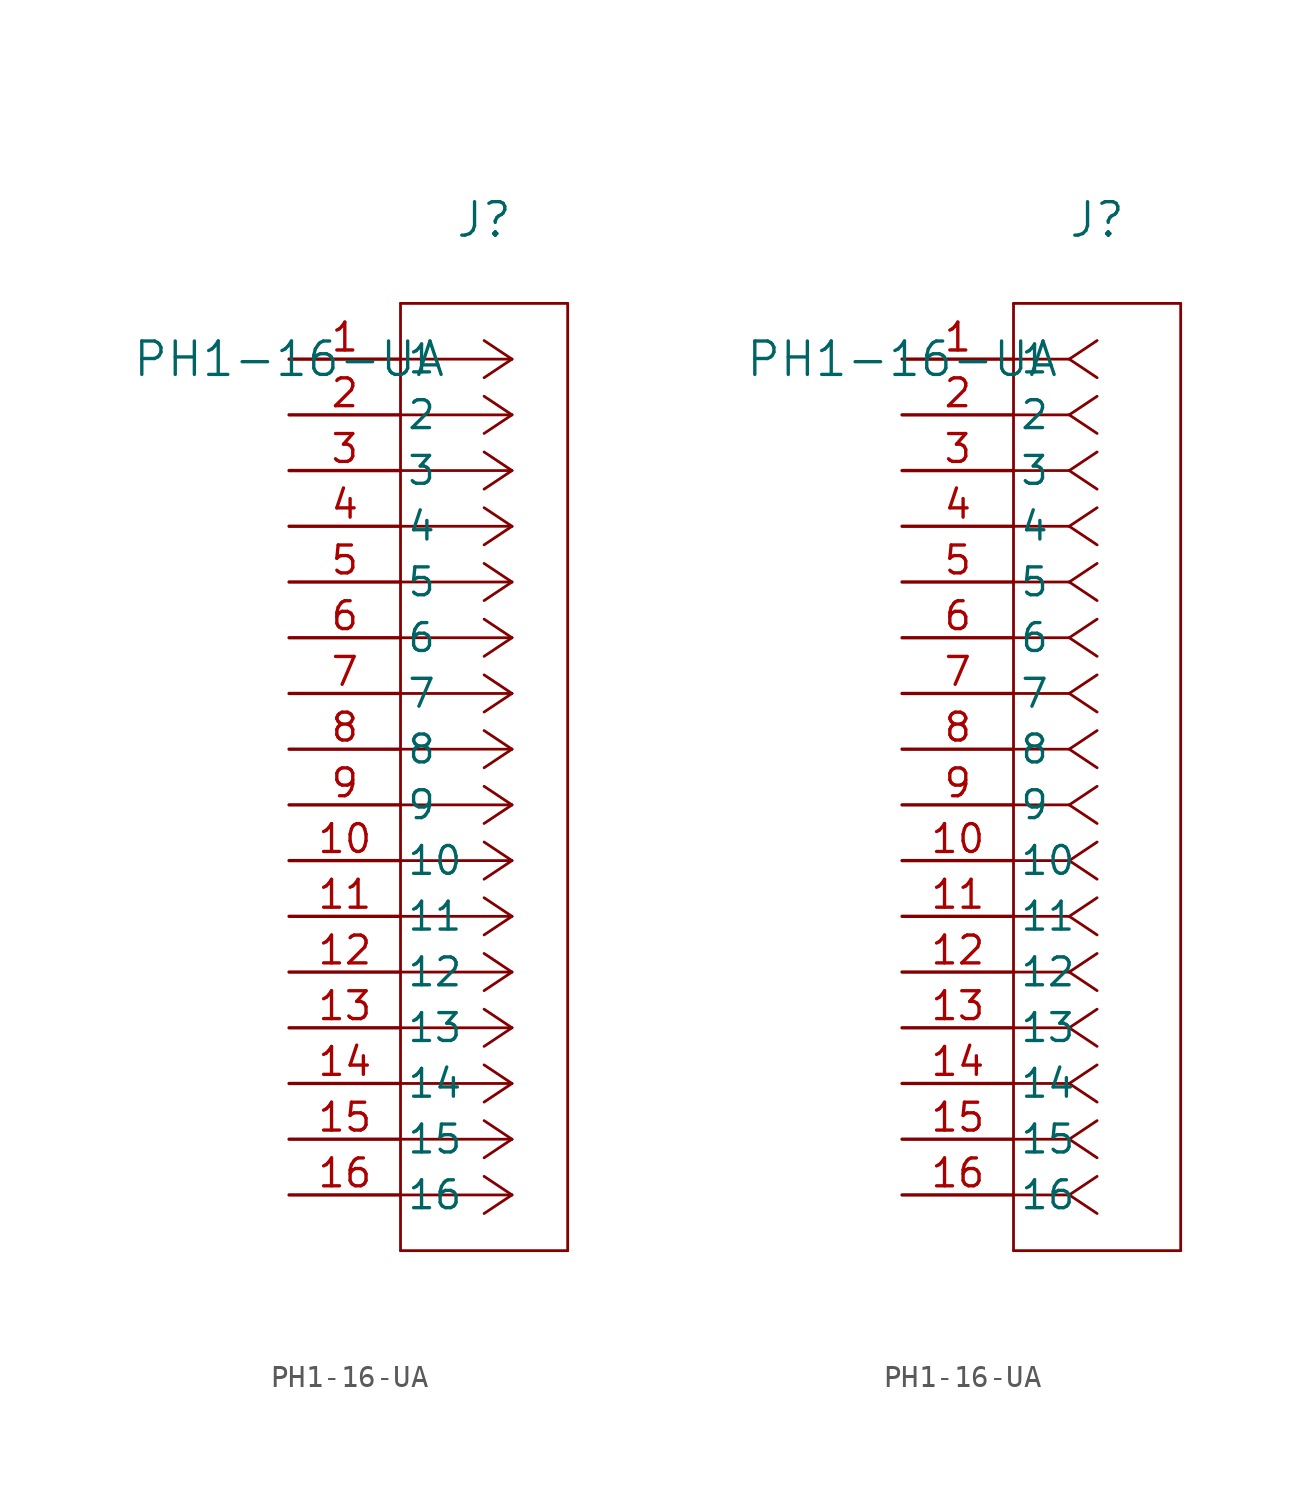
<source format=kicad_sym>
(kicad_symbol_lib
  (version 20211014)
  (generator kicad_symbol_editor)
  (symbol "PH1-16-UA"
    (pin_names
      (offset 0.254))
    (property "Reference" "J"
      (at 8.89 6.35 0)
      (effects (font (size 1.524 1.524))))
    (property "Value" "PH1-16-UA"
      (at 0 0 0)
      (effects (font (size 1.524 1.524))))
    (symbol "PH1-16-UA_1_1"
      (polyline (pts (xy 10.16 0) (xy 5.08 0)) (stroke (width 0.127) (type default) (color 0 0 0 0)) (fill (type none)))
      (polyline (pts (xy 10.16 -2.54) (xy 5.08 -2.54)) (stroke (width 0.127) (type default) (color 0 0 0 0)) (fill (type none)))
      (polyline (pts (xy 10.16 -5.08) (xy 5.08 -5.08)) (stroke (width 0.127) (type default) (color 0 0 0 0)) (fill (type none)))
      (polyline (pts (xy 10.16 -7.62) (xy 5.08 -7.62)) (stroke (width 0.127) (type default) (color 0 0 0 0)) (fill (type none)))
      (polyline (pts (xy 10.16 -10.16) (xy 5.08 -10.16)) (stroke (width 0.127) (type default) (color 0 0 0 0)) (fill (type none)))
      (polyline (pts (xy 10.16 -12.7) (xy 5.08 -12.7)) (stroke (width 0.127) (type default) (color 0 0 0 0)) (fill (type none)))
      (polyline (pts (xy 10.16 -15.24) (xy 5.08 -15.24)) (stroke (width 0.127) (type default) (color 0 0 0 0)) (fill (type none)))
      (polyline (pts (xy 10.16 -17.78) (xy 5.08 -17.78)) (stroke (width 0.127) (type default) (color 0 0 0 0)) (fill (type none)))
      (polyline (pts (xy 10.16 -20.32) (xy 5.08 -20.32)) (stroke (width 0.127) (type default) (color 0 0 0 0)) (fill (type none)))
      (polyline (pts (xy 10.16 -22.86) (xy 5.08 -22.86)) (stroke (width 0.127) (type default) (color 0 0 0 0)) (fill (type none)))
      (polyline (pts (xy 10.16 -25.4) (xy 5.08 -25.4)) (stroke (width 0.127) (type default) (color 0 0 0 0)) (fill (type none)))
      (polyline (pts (xy 10.16 -27.94) (xy 5.08 -27.94)) (stroke (width 0.127) (type default) (color 0 0 0 0)) (fill (type none)))
      (polyline (pts (xy 10.16 -30.48) (xy 5.08 -30.48)) (stroke (width 0.127) (type default) (color 0 0 0 0)) (fill (type none)))
      (polyline (pts (xy 10.16 -33.02) (xy 5.08 -33.02)) (stroke (width 0.127) (type default) (color 0 0 0 0)) (fill (type none)))
      (polyline (pts (xy 10.16 -35.56) (xy 5.08 -35.56)) (stroke (width 0.127) (type default) (color 0 0 0 0)) (fill (type none)))
      (polyline (pts (xy 10.16 -38.1) (xy 5.08 -38.1)) (stroke (width 0.127) (type default) (color 0 0 0 0)) (fill (type none)))
      (polyline (pts (xy 10.16 0) (xy 8.89 0.847)) (stroke (width 0.127) (type default) (color 0 0 0 0)) (fill (type none)))
      (polyline (pts (xy 10.16 -2.54) (xy 8.89 -1.693)) (stroke (width 0.127) (type default) (color 0 0 0 0)) (fill (type none)))
      (polyline (pts (xy 10.16 -5.08) (xy 8.89 -4.233)) (stroke (width 0.127) (type default) (color 0 0 0 0)) (fill (type none)))
      (polyline (pts (xy 10.16 -7.62) (xy 8.89 -6.773)) (stroke (width 0.127) (type default) (color 0 0 0 0)) (fill (type none)))
      (polyline (pts (xy 10.16 -10.16) (xy 8.89 -9.313)) (stroke (width 0.127) (type default) (color 0 0 0 0)) (fill (type none)))
      (polyline (pts (xy 10.16 -12.7) (xy 8.89 -11.853)) (stroke (width 0.127) (type default) (color 0 0 0 0)) (fill (type none)))
      (polyline (pts (xy 10.16 -15.24) (xy 8.89 -14.393)) (stroke (width 0.127) (type default) (color 0 0 0 0)) (fill (type none)))
      (polyline (pts (xy 10.16 -17.78) (xy 8.89 -16.933)) (stroke (width 0.127) (type default) (color 0 0 0 0)) (fill (type none)))
      (polyline (pts (xy 10.16 -20.32) (xy 8.89 -19.473)) (stroke (width 0.127) (type default) (color 0 0 0 0)) (fill (type none)))
      (polyline (pts (xy 10.16 -22.86) (xy 8.89 -22.013)) (stroke (width 0.127) (type default) (color 0 0 0 0)) (fill (type none)))
      (polyline (pts (xy 10.16 -25.4) (xy 8.89 -24.553)) (stroke (width 0.127) (type default) (color 0 0 0 0)) (fill (type none)))
      (polyline (pts (xy 10.16 -27.94) (xy 8.89 -27.093)) (stroke (width 0.127) (type default) (color 0 0 0 0)) (fill (type none)))
      (polyline (pts (xy 10.16 -30.48) (xy 8.89 -29.633)) (stroke (width 0.127) (type default) (color 0 0 0 0)) (fill (type none)))
      (polyline (pts (xy 10.16 -33.02) (xy 8.89 -32.173)) (stroke (width 0.127) (type default) (color 0 0 0 0)) (fill (type none)))
      (polyline (pts (xy 10.16 -35.56) (xy 8.89 -34.713)) (stroke (width 0.127) (type default) (color 0 0 0 0)) (fill (type none)))
      (polyline (pts (xy 10.16 -38.1) (xy 8.89 -37.253)) (stroke (width 0.127) (type default) (color 0 0 0 0)) (fill (type none)))
      (polyline (pts (xy 10.16 0) (xy 8.89 -0.847)) (stroke (width 0.127) (type default) (color 0 0 0 0)) (fill (type none)))
      (polyline (pts (xy 10.16 -2.54) (xy 8.89 -3.387)) (stroke (width 0.127) (type default) (color 0 0 0 0)) (fill (type none)))
      (polyline (pts (xy 10.16 -5.08) (xy 8.89 -5.927)) (stroke (width 0.127) (type default) (color 0 0 0 0)) (fill (type none)))
      (polyline (pts (xy 10.16 -7.62) (xy 8.89 -8.467)) (stroke (width 0.127) (type default) (color 0 0 0 0)) (fill (type none)))
      (polyline (pts (xy 10.16 -10.16) (xy 8.89 -11.007)) (stroke (width 0.127) (type default) (color 0 0 0 0)) (fill (type none)))
      (polyline (pts (xy 10.16 -12.7) (xy 8.89 -13.547)) (stroke (width 0.127) (type default) (color 0 0 0 0)) (fill (type none)))
      (polyline (pts (xy 10.16 -15.24) (xy 8.89 -16.087)) (stroke (width 0.127) (type default) (color 0 0 0 0)) (fill (type none)))
      (polyline (pts (xy 10.16 -17.78) (xy 8.89 -18.627)) (stroke (width 0.127) (type default) (color 0 0 0 0)) (fill (type none)))
      (polyline (pts (xy 10.16 -20.32) (xy 8.89 -21.167)) (stroke (width 0.127) (type default) (color 0 0 0 0)) (fill (type none)))
      (polyline (pts (xy 10.16 -22.86) (xy 8.89 -23.707)) (stroke (width 0.127) (type default) (color 0 0 0 0)) (fill (type none)))
      (polyline (pts (xy 10.16 -25.4) (xy 8.89 -26.247)) (stroke (width 0.127) (type default) (color 0 0 0 0)) (fill (type none)))
      (polyline (pts (xy 10.16 -27.94) (xy 8.89 -28.787)) (stroke (width 0.127) (type default) (color 0 0 0 0)) (fill (type none)))
      (polyline (pts (xy 10.16 -30.48) (xy 8.89 -31.327)) (stroke (width 0.127) (type default) (color 0 0 0 0)) (fill (type none)))
      (polyline (pts (xy 10.16 -33.02) (xy 8.89 -33.867)) (stroke (width 0.127) (type default) (color 0 0 0 0)) (fill (type none)))
      (polyline (pts (xy 10.16 -35.56) (xy 8.89 -36.407)) (stroke (width 0.127) (type default) (color 0 0 0 0)) (fill (type none)))
      (polyline (pts (xy 10.16 -38.1) (xy 8.89 -38.947)) (stroke (width 0.127) (type default) (color 0 0 0 0)) (fill (type none)))
      (polyline (pts (xy 5.08 2.54) (xy 5.08 -40.64)) (stroke (width 0.127) (type default) (color 0 0 0 0)) (fill (type none)))
      (polyline (pts (xy 5.08 -40.64) (xy 12.7 -40.64)) (stroke (width 0.127) (type default) (color 0 0 0 0)) (fill (type none)))
      (polyline (pts (xy 12.7 -40.64) (xy 12.7 2.54)) (stroke (width 0.127) (type default) (color 0 0 0 0)) (fill (type none)))
      (polyline (pts (xy 12.7 2.54) (xy 5.08 2.54)) (stroke (width 0.127) (type default) (color 0 0 0 0)) (fill (type none)))
      (pin unspecified line (at 0 0 0) (length 5.08) (name "1" (effects (font (size 1.27 1.27)))) (number "1" (effects (font (size 1.27 1.27)))))
      (pin unspecified line (at 0 -2.54 0) (length 5.08) (name "2" (effects (font (size 1.27 1.27)))) (number "2" (effects (font (size 1.27 1.27)))))
      (pin unspecified line (at 0 -5.08 0) (length 5.08) (name "3" (effects (font (size 1.27 1.27)))) (number "3" (effects (font (size 1.27 1.27)))))
      (pin unspecified line (at 0 -7.62 0) (length 5.08) (name "4" (effects (font (size 1.27 1.27)))) (number "4" (effects (font (size 1.27 1.27)))))
      (pin unspecified line (at 0 -10.16 0) (length 5.08) (name "5" (effects (font (size 1.27 1.27)))) (number "5" (effects (font (size 1.27 1.27)))))
      (pin unspecified line (at 0 -12.7 0) (length 5.08) (name "6" (effects (font (size 1.27 1.27)))) (number "6" (effects (font (size 1.27 1.27)))))
      (pin unspecified line (at 0 -15.24 0) (length 5.08) (name "7" (effects (font (size 1.27 1.27)))) (number "7" (effects (font (size 1.27 1.27)))))
      (pin unspecified line (at 0 -17.78 0) (length 5.08) (name "8" (effects (font (size 1.27 1.27)))) (number "8" (effects (font (size 1.27 1.27)))))
      (pin unspecified line (at 0 -20.32 0) (length 5.08) (name "9" (effects (font (size 1.27 1.27)))) (number "9" (effects (font (size 1.27 1.27)))))
      (pin unspecified line (at 0 -22.86 0) (length 5.08) (name "10" (effects (font (size 1.27 1.27)))) (number "10" (effects (font (size 1.27 1.27)))))
      (pin unspecified line (at 0 -25.4 0) (length 5.08) (name "11" (effects (font (size 1.27 1.27)))) (number "11" (effects (font (size 1.27 1.27)))))
      (pin unspecified line (at 0 -27.94 0) (length 5.08) (name "12" (effects (font (size 1.27 1.27)))) (number "12" (effects (font (size 1.27 1.27)))))
      (pin unspecified line (at 0 -30.48 0) (length 5.08) (name "13" (effects (font (size 1.27 1.27)))) (number "13" (effects (font (size 1.27 1.27)))))
      (pin unspecified line (at 0 -33.02 0) (length 5.08) (name "14" (effects (font (size 1.27 1.27)))) (number "14" (effects (font (size 1.27 1.27)))))
      (pin unspecified line (at 0 -35.56 0) (length 5.08) (name "15" (effects (font (size 1.27 1.27)))) (number "15" (effects (font (size 1.27 1.27)))))
      (pin unspecified line (at 0 -38.1 0) (length 5.08) (name "16" (effects (font (size 1.27 1.27)))) (number "16" (effects (font (size 1.27 1.27))))))
    (symbol "PH1-16-UA_1_2"
      (polyline (pts (xy 7.62 0) (xy 5.08 0)) (stroke (width 0.127) (type default) (color 0 0 0 0)) (fill (type none)))
      (polyline (pts (xy 7.62 -2.54) (xy 5.08 -2.54)) (stroke (width 0.127) (type default) (color 0 0 0 0)) (fill (type none)))
      (polyline (pts (xy 7.62 -5.08) (xy 5.08 -5.08)) (stroke (width 0.127) (type default) (color 0 0 0 0)) (fill (type none)))
      (polyline (pts (xy 7.62 -7.62) (xy 5.08 -7.62)) (stroke (width 0.127) (type default) (color 0 0 0 0)) (fill (type none)))
      (polyline (pts (xy 7.62 -10.16) (xy 5.08 -10.16)) (stroke (width 0.127) (type default) (color 0 0 0 0)) (fill (type none)))
      (polyline (pts (xy 7.62 -12.7) (xy 5.08 -12.7)) (stroke (width 0.127) (type default) (color 0 0 0 0)) (fill (type none)))
      (polyline (pts (xy 7.62 -15.24) (xy 5.08 -15.24)) (stroke (width 0.127) (type default) (color 0 0 0 0)) (fill (type none)))
      (polyline (pts (xy 7.62 -17.78) (xy 5.08 -17.78)) (stroke (width 0.127) (type default) (color 0 0 0 0)) (fill (type none)))
      (polyline (pts (xy 7.62 -20.32) (xy 5.08 -20.32)) (stroke (width 0.127) (type default) (color 0 0 0 0)) (fill (type none)))
      (polyline (pts (xy 7.62 -22.86) (xy 5.08 -22.86)) (stroke (width 0.127) (type default) (color 0 0 0 0)) (fill (type none)))
      (polyline (pts (xy 7.62 -25.4) (xy 5.08 -25.4)) (stroke (width 0.127) (type default) (color 0 0 0 0)) (fill (type none)))
      (polyline (pts (xy 7.62 -27.94) (xy 5.08 -27.94)) (stroke (width 0.127) (type default) (color 0 0 0 0)) (fill (type none)))
      (polyline (pts (xy 7.62 -30.48) (xy 5.08 -30.48)) (stroke (width 0.127) (type default) (color 0 0 0 0)) (fill (type none)))
      (polyline (pts (xy 7.62 -33.02) (xy 5.08 -33.02)) (stroke (width 0.127) (type default) (color 0 0 0 0)) (fill (type none)))
      (polyline (pts (xy 7.62 -35.56) (xy 5.08 -35.56)) (stroke (width 0.127) (type default) (color 0 0 0 0)) (fill (type none)))
      (polyline (pts (xy 7.62 -38.1) (xy 5.08 -38.1)) (stroke (width 0.127) (type default) (color 0 0 0 0)) (fill (type none)))
      (polyline (pts (xy 7.62 0) (xy 8.89 0.847)) (stroke (width 0.127) (type default) (color 0 0 0 0)) (fill (type none)))
      (polyline (pts (xy 7.62 -2.54) (xy 8.89 -1.693)) (stroke (width 0.127) (type default) (color 0 0 0 0)) (fill (type none)))
      (polyline (pts (xy 7.62 -5.08) (xy 8.89 -4.233)) (stroke (width 0.127) (type default) (color 0 0 0 0)) (fill (type none)))
      (polyline (pts (xy 7.62 -7.62) (xy 8.89 -6.773)) (stroke (width 0.127) (type default) (color 0 0 0 0)) (fill (type none)))
      (polyline (pts (xy 7.62 -10.16) (xy 8.89 -9.313)) (stroke (width 0.127) (type default) (color 0 0 0 0)) (fill (type none)))
      (polyline (pts (xy 7.62 -12.7) (xy 8.89 -11.853)) (stroke (width 0.127) (type default) (color 0 0 0 0)) (fill (type none)))
      (polyline (pts (xy 7.62 -15.24) (xy 8.89 -14.393)) (stroke (width 0.127) (type default) (color 0 0 0 0)) (fill (type none)))
      (polyline (pts (xy 7.62 -17.78) (xy 8.89 -16.933)) (stroke (width 0.127) (type default) (color 0 0 0 0)) (fill (type none)))
      (polyline (pts (xy 7.62 -20.32) (xy 8.89 -19.473)) (stroke (width 0.127) (type default) (color 0 0 0 0)) (fill (type none)))
      (polyline (pts (xy 7.62 -22.86) (xy 8.89 -22.013)) (stroke (width 0.127) (type default) (color 0 0 0 0)) (fill (type none)))
      (polyline (pts (xy 7.62 -25.4) (xy 8.89 -24.553)) (stroke (width 0.127) (type default) (color 0 0 0 0)) (fill (type none)))
      (polyline (pts (xy 7.62 -27.94) (xy 8.89 -27.093)) (stroke (width 0.127) (type default) (color 0 0 0 0)) (fill (type none)))
      (polyline (pts (xy 7.62 -30.48) (xy 8.89 -29.633)) (stroke (width 0.127) (type default) (color 0 0 0 0)) (fill (type none)))
      (polyline (pts (xy 7.62 -33.02) (xy 8.89 -32.173)) (stroke (width 0.127) (type default) (color 0 0 0 0)) (fill (type none)))
      (polyline (pts (xy 7.62 -35.56) (xy 8.89 -34.713)) (stroke (width 0.127) (type default) (color 0 0 0 0)) (fill (type none)))
      (polyline (pts (xy 7.62 -38.1) (xy 8.89 -37.253)) (stroke (width 0.127) (type default) (color 0 0 0 0)) (fill (type none)))
      (polyline (pts (xy 7.62 0) (xy 8.89 -0.847)) (stroke (width 0.127) (type default) (color 0 0 0 0)) (fill (type none)))
      (polyline (pts (xy 7.62 -2.54) (xy 8.89 -3.387)) (stroke (width 0.127) (type default) (color 0 0 0 0)) (fill (type none)))
      (polyline (pts (xy 7.62 -5.08) (xy 8.89 -5.927)) (stroke (width 0.127) (type default) (color 0 0 0 0)) (fill (type none)))
      (polyline (pts (xy 7.62 -7.62) (xy 8.89 -8.467)) (stroke (width 0.127) (type default) (color 0 0 0 0)) (fill (type none)))
      (polyline (pts (xy 7.62 -10.16) (xy 8.89 -11.007)) (stroke (width 0.127) (type default) (color 0 0 0 0)) (fill (type none)))
      (polyline (pts (xy 7.62 -12.7) (xy 8.89 -13.547)) (stroke (width 0.127) (type default) (color 0 0 0 0)) (fill (type none)))
      (polyline (pts (xy 7.62 -15.24) (xy 8.89 -16.087)) (stroke (width 0.127) (type default) (color 0 0 0 0)) (fill (type none)))
      (polyline (pts (xy 7.62 -17.78) (xy 8.89 -18.627)) (stroke (width 0.127) (type default) (color 0 0 0 0)) (fill (type none)))
      (polyline (pts (xy 7.62 -20.32) (xy 8.89 -21.167)) (stroke (width 0.127) (type default) (color 0 0 0 0)) (fill (type none)))
      (polyline (pts (xy 7.62 -22.86) (xy 8.89 -23.707)) (stroke (width 0.127) (type default) (color 0 0 0 0)) (fill (type none)))
      (polyline (pts (xy 7.62 -25.4) (xy 8.89 -26.247)) (stroke (width 0.127) (type default) (color 0 0 0 0)) (fill (type none)))
      (polyline (pts (xy 7.62 -27.94) (xy 8.89 -28.787)) (stroke (width 0.127) (type default) (color 0 0 0 0)) (fill (type none)))
      (polyline (pts (xy 7.62 -30.48) (xy 8.89 -31.327)) (stroke (width 0.127) (type default) (color 0 0 0 0)) (fill (type none)))
      (polyline (pts (xy 7.62 -33.02) (xy 8.89 -33.867)) (stroke (width 0.127) (type default) (color 0 0 0 0)) (fill (type none)))
      (polyline (pts (xy 7.62 -35.56) (xy 8.89 -36.407)) (stroke (width 0.127) (type default) (color 0 0 0 0)) (fill (type none)))
      (polyline (pts (xy 7.62 -38.1) (xy 8.89 -38.947)) (stroke (width 0.127) (type default) (color 0 0 0 0)) (fill (type none)))
      (polyline (pts (xy 5.08 2.54) (xy 5.08 -40.64)) (stroke (width 0.127) (type default) (color 0 0 0 0)) (fill (type none)))
      (polyline (pts (xy 5.08 -40.64) (xy 12.7 -40.64)) (stroke (width 0.127) (type default) (color 0 0 0 0)) (fill (type none)))
      (polyline (pts (xy 12.7 -40.64) (xy 12.7 2.54)) (stroke (width 0.127) (type default) (color 0 0 0 0)) (fill (type none)))
      (polyline (pts (xy 12.7 2.54) (xy 5.08 2.54)) (stroke (width 0.127) (type default) (color 0 0 0 0)) (fill (type none)))
      (pin unspecified line (at 0 0 0) (length 5.08) (name "1" (effects (font (size 1.27 1.27)))) (number "1" (effects (font (size 1.27 1.27)))))
      (pin unspecified line (at 0 -2.54 0) (length 5.08) (name "2" (effects (font (size 1.27 1.27)))) (number "2" (effects (font (size 1.27 1.27)))))
      (pin unspecified line (at 0 -5.08 0) (length 5.08) (name "3" (effects (font (size 1.27 1.27)))) (number "3" (effects (font (size 1.27 1.27)))))
      (pin unspecified line (at 0 -7.62 0) (length 5.08) (name "4" (effects (font (size 1.27 1.27)))) (number "4" (effects (font (size 1.27 1.27)))))
      (pin unspecified line (at 0 -10.16 0) (length 5.08) (name "5" (effects (font (size 1.27 1.27)))) (number "5" (effects (font (size 1.27 1.27)))))
      (pin unspecified line (at 0 -12.7 0) (length 5.08) (name "6" (effects (font (size 1.27 1.27)))) (number "6" (effects (font (size 1.27 1.27)))))
      (pin unspecified line (at 0 -15.24 0) (length 5.08) (name "7" (effects (font (size 1.27 1.27)))) (number "7" (effects (font (size 1.27 1.27)))))
      (pin unspecified line (at 0 -17.78 0) (length 5.08) (name "8" (effects (font (size 1.27 1.27)))) (number "8" (effects (font (size 1.27 1.27)))))
      (pin unspecified line (at 0 -20.32 0) (length 5.08) (name "9" (effects (font (size 1.27 1.27)))) (number "9" (effects (font (size 1.27 1.27)))))
      (pin unspecified line (at 0 -22.86 0) (length 5.08) (name "10" (effects (font (size 1.27 1.27)))) (number "10" (effects (font (size 1.27 1.27)))))
      (pin unspecified line (at 0 -25.4 0) (length 5.08) (name "11" (effects (font (size 1.27 1.27)))) (number "11" (effects (font (size 1.27 1.27)))))
      (pin unspecified line (at 0 -27.94 0) (length 5.08) (name "12" (effects (font (size 1.27 1.27)))) (number "12" (effects (font (size 1.27 1.27)))))
      (pin unspecified line (at 0 -30.48 0) (length 5.08) (name "13" (effects (font (size 1.27 1.27)))) (number "13" (effects (font (size 1.27 1.27)))))
      (pin unspecified line (at 0 -33.02 0) (length 5.08) (name "14" (effects (font (size 1.27 1.27)))) (number "14" (effects (font (size 1.27 1.27)))))
      (pin unspecified line (at 0 -35.56 0) (length 5.08) (name "15" (effects (font (size 1.27 1.27)))) (number "15" (effects (font (size 1.27 1.27)))))
      (pin unspecified line (at 0 -38.1 0) (length 5.08) (name "16" (effects (font (size 1.27 1.27)))) (number "16" (effects (font (size 1.27 1.27))))))))
</source>
